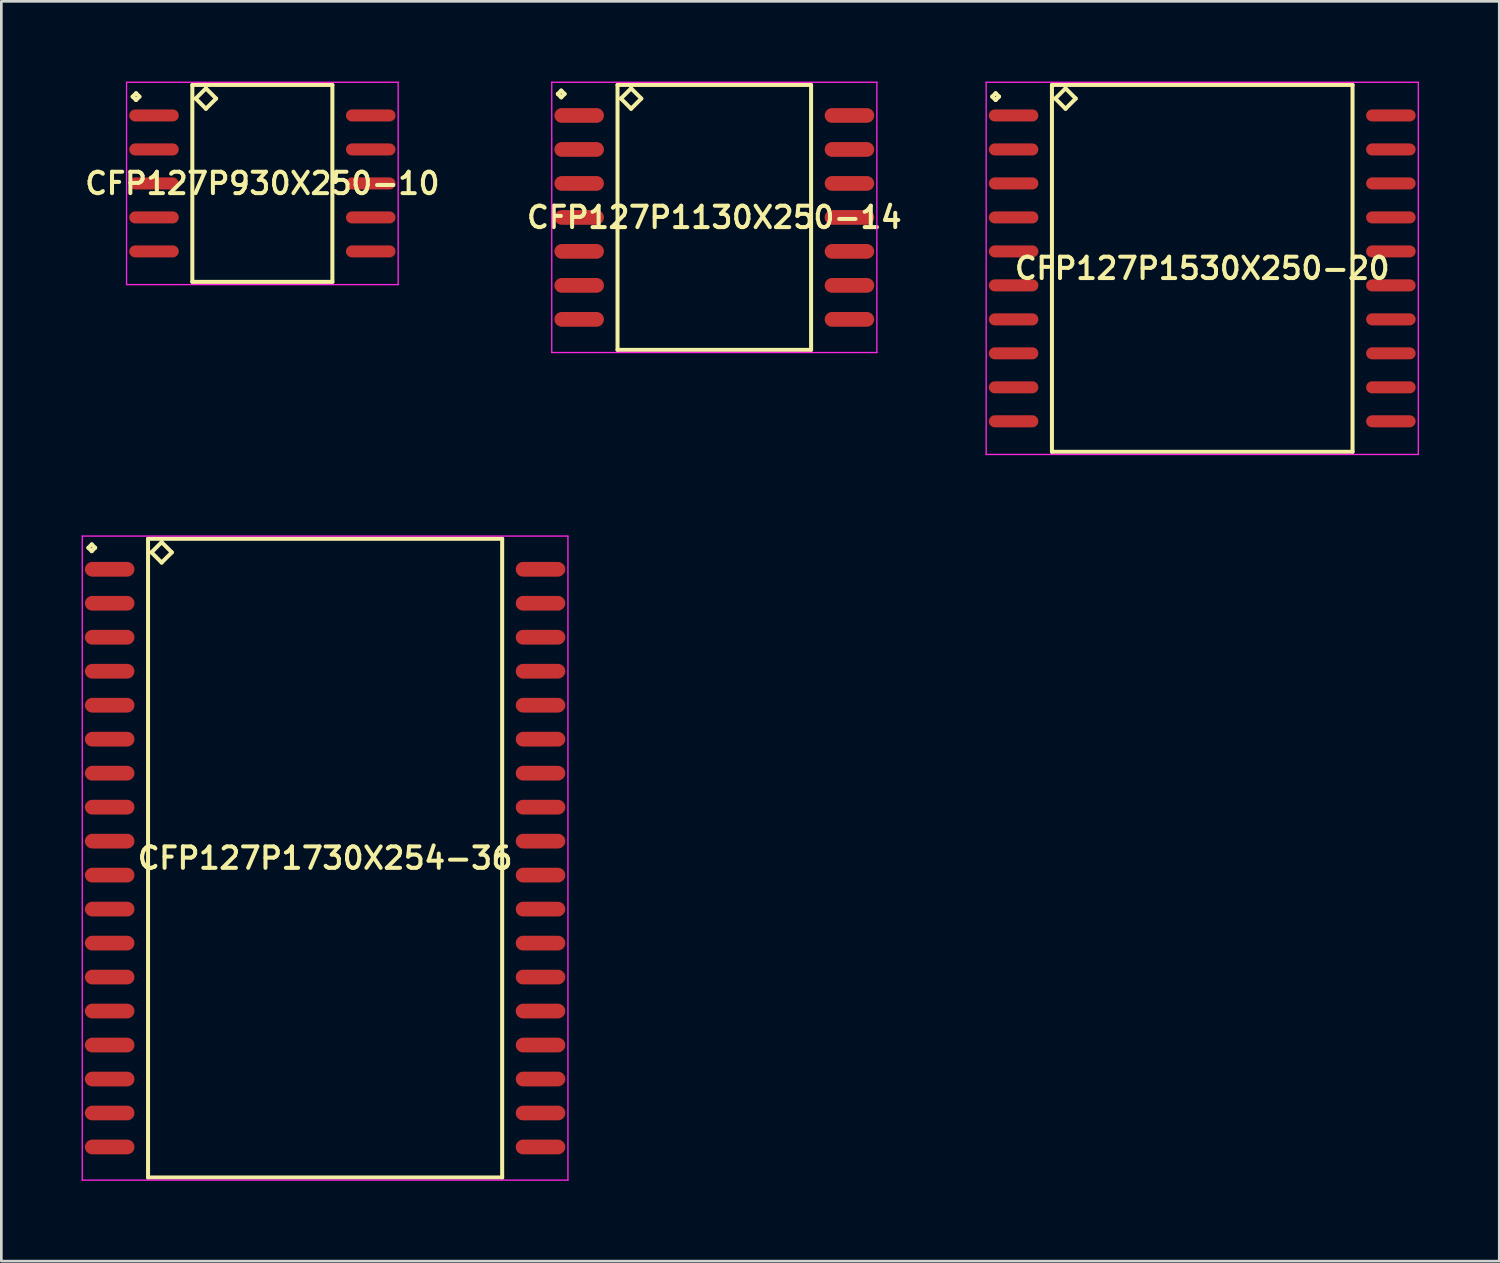
<source format=kicad_pcb>
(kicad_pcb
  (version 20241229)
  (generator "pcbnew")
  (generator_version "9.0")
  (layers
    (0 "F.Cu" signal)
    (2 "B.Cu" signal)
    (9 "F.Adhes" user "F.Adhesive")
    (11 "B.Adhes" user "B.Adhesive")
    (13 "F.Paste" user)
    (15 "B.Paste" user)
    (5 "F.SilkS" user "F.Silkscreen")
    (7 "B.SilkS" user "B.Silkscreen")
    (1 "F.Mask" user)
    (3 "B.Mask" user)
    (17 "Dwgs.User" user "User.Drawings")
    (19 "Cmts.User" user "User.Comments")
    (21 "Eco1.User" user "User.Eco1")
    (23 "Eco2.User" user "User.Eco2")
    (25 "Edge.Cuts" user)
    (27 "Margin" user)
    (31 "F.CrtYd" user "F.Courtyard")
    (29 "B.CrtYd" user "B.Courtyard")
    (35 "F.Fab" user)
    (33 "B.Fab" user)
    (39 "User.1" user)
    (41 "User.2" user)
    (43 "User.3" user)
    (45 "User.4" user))
  (footprint "CFP127P930X250-10"
    (layer "F.Cu")
    (at 6.755 3.805)
    (property "Reference" "CFP127P930X250-10" (at 0 0 0) (layer "F.SilkS") (effects (font (size 0.8 0.8) (thickness 0.15))))
    (attr smd)
    (fp_line (start -4.848 -3.244) (end -4.721 -3.371) (stroke (width 0.15) (type solid)) (layer "F.SilkS"))
    (fp_line (start -4.721 -3.371) (end -4.594 -3.244) (stroke (width 0.15) (type solid)) (layer "F.SilkS"))
    (fp_line (start -4.721 -3.117) (end -4.848 -3.244) (stroke (width 0.15) (type solid)) (layer "F.SilkS"))
    (fp_line (start -4.594 -3.244) (end -4.721 -3.117) (stroke (width 0.15) (type solid)) (layer "F.SilkS"))
    (fp_line (start -2.617 -3.68) (end -2.617 3.68) (stroke (width 0.15) (type solid)) (layer "F.SilkS"))
    (fp_line (start -2.617 3.68) (end 2.617 3.68) (stroke (width 0.15) (type solid)) (layer "F.SilkS"))
    (fp_line (start -2.49 -3.172) (end -2.109 -3.553) (stroke (width 0.15) (type solid)) (layer "F.SilkS"))
    (fp_line (start -2.109 -3.553) (end -1.728 -3.172) (stroke (width 0.15) (type solid)) (layer "F.SilkS"))
    (fp_line (start -2.109 -2.791) (end -2.49 -3.172) (stroke (width 0.15) (type solid)) (layer "F.SilkS"))
    (fp_line (start -1.728 -3.172) (end -2.109 -2.791) (stroke (width 0.15) (type solid)) (layer "F.SilkS"))
    (fp_line (start 2.617 -3.68) (end -2.617 -3.68) (stroke (width 0.15) (type solid)) (layer "F.SilkS"))
    (fp_line (start 2.617 3.68) (end 2.617 -3.68) (stroke (width 0.15) (type solid)) (layer "F.SilkS"))
    (fp_line (start -5.075 -3.78) (end 5.075 -3.78) (stroke (width 0.05) (type solid)) (layer "F.CrtYd"))
    (fp_line (start -5.075 3.78) (end -5.075 -3.78) (stroke (width 0.05) (type solid)) (layer "F.CrtYd"))
    (fp_line (start 5.075 -3.78) (end 5.075 3.78) (stroke (width 0.05) (type solid)) (layer "F.CrtYd"))
    (fp_line (start 5.075 3.78) (end -5.075 3.78) (stroke (width 0.05) (type solid)) (layer "F.CrtYd"))
    (pad "1" smd oval (at -4.05 -2.54) (size 1.85 0.45) (layers "F.Cu" "F.Mask" "F.Paste"))
    (pad "2" smd oval (at -4.05 -1.27) (size 1.85 0.45) (layers "F.Cu" "F.Mask" "F.Paste"))
    (pad "3" smd oval (at -4.05 0) (size 1.85 0.45) (layers "F.Cu" "F.Mask" "F.Paste"))
    (pad "4" smd oval (at -4.05 1.27) (size 1.85 0.45) (layers "F.Cu" "F.Mask" "F.Paste"))
    (pad "5" smd oval (at -4.05 2.54) (size 1.85 0.45) (layers "F.Cu" "F.Mask" "F.Paste"))
    (pad "6" smd oval (at 4.05 2.54) (size 1.85 0.45) (layers "F.Cu" "F.Mask" "F.Paste"))
    (pad "7" smd oval (at 4.05 1.27) (size 1.85 0.45) (layers "F.Cu" "F.Mask" "F.Paste"))
    (pad "8" smd oval (at 4.05 0) (size 1.85 0.45) (layers "F.Cu" "F.Mask" "F.Paste"))
    (pad "9" smd oval (at 4.05 -1.27) (size 1.85 0.45) (layers "F.Cu" "F.Mask" "F.Paste"))
    (pad "10" smd oval (at 4.05 -2.54) (size 1.85 0.45) (layers "F.Cu" "F.Mask" "F.Paste")))
  (footprint "CFP127P1530X250-20"
    (layer "F.Cu")
    (at 41.88 6.98)
    (property "Reference" "CFP127P1530X250-20" (at 0 0 0) (layer "F.SilkS") (effects (font (size 0.8 0.8) (thickness 0.15))))
    (attr smd)
    (fp_line (start -7.848 -6.419) (end -7.721 -6.546) (stroke (width 0.15) (type solid)) (layer "F.SilkS"))
    (fp_line (start -7.721 -6.546) (end -7.594 -6.419) (stroke (width 0.15) (type solid)) (layer "F.SilkS"))
    (fp_line (start -7.721 -6.292) (end -7.848 -6.419) (stroke (width 0.15) (type solid)) (layer "F.SilkS"))
    (fp_line (start -7.594 -6.419) (end -7.721 -6.292) (stroke (width 0.15) (type solid)) (layer "F.SilkS"))
    (fp_line (start -5.617 -6.855) (end -5.617 6.855) (stroke (width 0.15) (type solid)) (layer "F.SilkS"))
    (fp_line (start -5.617 6.855) (end 5.617 6.855) (stroke (width 0.15) (type solid)) (layer "F.SilkS"))
    (fp_line (start -5.49 -6.347) (end -5.109 -6.728) (stroke (width 0.15) (type solid)) (layer "F.SilkS"))
    (fp_line (start -5.109 -6.728) (end -4.728 -6.347) (stroke (width 0.15) (type solid)) (layer "F.SilkS"))
    (fp_line (start -5.109 -5.966) (end -5.49 -6.347) (stroke (width 0.15) (type solid)) (layer "F.SilkS"))
    (fp_line (start -4.728 -6.347) (end -5.109 -5.966) (stroke (width 0.15) (type solid)) (layer "F.SilkS"))
    (fp_line (start 5.617 -6.855) (end -5.617 -6.855) (stroke (width 0.15) (type solid)) (layer "F.SilkS"))
    (fp_line (start 5.617 6.855) (end 5.617 -6.855) (stroke (width 0.15) (type solid)) (layer "F.SilkS"))
    (fp_line (start -8.075 -6.955) (end 8.075 -6.955) (stroke (width 0.05) (type solid)) (layer "F.CrtYd"))
    (fp_line (start -8.075 6.955) (end -8.075 -6.955) (stroke (width 0.05) (type solid)) (layer "F.CrtYd"))
    (fp_line (start 8.075 -6.955) (end 8.075 6.955) (stroke (width 0.05) (type solid)) (layer "F.CrtYd"))
    (fp_line (start 8.075 6.955) (end -8.075 6.955) (stroke (width 0.05) (type solid)) (layer "F.CrtYd"))
    (pad "1" smd oval (at -7.05 -5.715) (size 1.85 0.45) (layers "F.Cu" "F.Mask" "F.Paste"))
    (pad "2" smd oval (at -7.05 -4.445) (size 1.85 0.45) (layers "F.Cu" "F.Mask" "F.Paste"))
    (pad "3" smd oval (at -7.05 -3.175) (size 1.85 0.45) (layers "F.Cu" "F.Mask" "F.Paste"))
    (pad "4" smd oval (at -7.05 -1.905) (size 1.85 0.45) (layers "F.Cu" "F.Mask" "F.Paste"))
    (pad "5" smd oval (at -7.05 -0.635) (size 1.85 0.45) (layers "F.Cu" "F.Mask" "F.Paste"))
    (pad "6" smd oval (at -7.05 0.635) (size 1.85 0.45) (layers "F.Cu" "F.Mask" "F.Paste"))
    (pad "7" smd oval (at -7.05 1.905) (size 1.85 0.45) (layers "F.Cu" "F.Mask" "F.Paste"))
    (pad "8" smd oval (at -7.05 3.175) (size 1.85 0.45) (layers "F.Cu" "F.Mask" "F.Paste"))
    (pad "9" smd oval (at -7.05 4.445) (size 1.85 0.45) (layers "F.Cu" "F.Mask" "F.Paste"))
    (pad "10" smd oval (at -7.05 5.715) (size 1.85 0.45) (layers "F.Cu" "F.Mask" "F.Paste"))
    (pad "11" smd oval (at 7.05 5.715) (size 1.85 0.45) (layers "F.Cu" "F.Mask" "F.Paste"))
    (pad "12" smd oval (at 7.05 4.445) (size 1.85 0.45) (layers "F.Cu" "F.Mask" "F.Paste"))
    (pad "13" smd oval (at 7.05 3.175) (size 1.85 0.45) (layers "F.Cu" "F.Mask" "F.Paste"))
    (pad "14" smd oval (at 7.05 1.905) (size 1.85 0.45) (layers "F.Cu" "F.Mask" "F.Paste"))
    (pad "15" smd oval (at 7.05 0.635) (size 1.85 0.45) (layers "F.Cu" "F.Mask" "F.Paste"))
    (pad "16" smd oval (at 7.05 -0.635) (size 1.85 0.45) (layers "F.Cu" "F.Mask" "F.Paste"))
    (pad "17" smd oval (at 7.05 -1.905) (size 1.85 0.45) (layers "F.Cu" "F.Mask" "F.Paste"))
    (pad "18" smd oval (at 7.05 -3.175) (size 1.85 0.45) (layers "F.Cu" "F.Mask" "F.Paste"))
    (pad "19" smd oval (at 7.05 -4.445) (size 1.85 0.45) (layers "F.Cu" "F.Mask" "F.Paste"))
    (pad "20" smd oval (at 7.05 -5.715) (size 1.85 0.45) (layers "F.Cu" "F.Mask" "F.Paste")))
  (footprint "CFP127P1730X254-36"
    (layer "F.Cu")
    (at 9.1 29.02)
    (property "Reference" "CFP127P1730X254-36" (at 0 0 0) (layer "F.SilkS") (effects (font (size 0.8 0.8) (thickness 0.15))))
    (attr smd)
    (fp_line (start -8.848 -11.599) (end -8.721 -11.726) (stroke (width 0.15) (type solid)) (layer "F.SilkS"))
    (fp_line (start -8.721 -11.726) (end -8.594 -11.599) (stroke (width 0.15) (type solid)) (layer "F.SilkS"))
    (fp_line (start -8.721 -11.472) (end -8.848 -11.599) (stroke (width 0.15) (type solid)) (layer "F.SilkS"))
    (fp_line (start -8.594 -11.599) (end -8.721 -11.472) (stroke (width 0.15) (type solid)) (layer "F.SilkS"))
    (fp_line (start -6.617 -11.935) (end -6.617 11.935) (stroke (width 0.15) (type solid)) (layer "F.SilkS"))
    (fp_line (start -6.617 11.935) (end 6.617 11.935) (stroke (width 0.15) (type solid)) (layer "F.SilkS"))
    (fp_line (start -6.49 -11.427) (end -6.109 -11.808) (stroke (width 0.15) (type solid)) (layer "F.SilkS"))
    (fp_line (start -6.109 -11.808) (end -5.728 -11.427) (stroke (width 0.15) (type solid)) (layer "F.SilkS"))
    (fp_line (start -6.109 -11.046) (end -6.49 -11.427) (stroke (width 0.15) (type solid)) (layer "F.SilkS"))
    (fp_line (start -5.728 -11.427) (end -6.109 -11.046) (stroke (width 0.15) (type solid)) (layer "F.SilkS"))
    (fp_line (start 6.617 -11.935) (end -6.617 -11.935) (stroke (width 0.15) (type solid)) (layer "F.SilkS"))
    (fp_line (start 6.617 11.935) (end 6.617 -11.935) (stroke (width 0.15) (type solid)) (layer "F.SilkS"))
    (fp_line (start -9.075 -12.035) (end 9.075 -12.035) (stroke (width 0.05) (type solid)) (layer "F.CrtYd"))
    (fp_line (start -9.075 12.035) (end -9.075 -12.035) (stroke (width 0.05) (type solid)) (layer "F.CrtYd"))
    (fp_line (start 9.075 -12.035) (end 9.075 12.035) (stroke (width 0.05) (type solid)) (layer "F.CrtYd"))
    (fp_line (start 9.075 12.035) (end -9.075 12.035) (stroke (width 0.05) (type solid)) (layer "F.CrtYd"))
    (pad "1" smd oval (at -8.05 -10.795) (size 1.85 0.55) (layers "F.Cu" "F.Mask" "F.Paste"))
    (pad "2" smd oval (at -8.05 -9.525) (size 1.85 0.55) (layers "F.Cu" "F.Mask" "F.Paste"))
    (pad "3" smd oval (at -8.05 -8.255) (size 1.85 0.55) (layers "F.Cu" "F.Mask" "F.Paste"))
    (pad "4" smd oval (at -8.05 -6.985) (size 1.85 0.55) (layers "F.Cu" "F.Mask" "F.Paste"))
    (pad "5" smd oval (at -8.05 -5.715) (size 1.85 0.55) (layers "F.Cu" "F.Mask" "F.Paste"))
    (pad "6" smd oval (at -8.05 -4.445) (size 1.85 0.55) (layers "F.Cu" "F.Mask" "F.Paste"))
    (pad "7" smd oval (at -8.05 -3.175) (size 1.85 0.55) (layers "F.Cu" "F.Mask" "F.Paste"))
    (pad "8" smd oval (at -8.05 -1.905) (size 1.85 0.55) (layers "F.Cu" "F.Mask" "F.Paste"))
    (pad "9" smd oval (at -8.05 -0.635) (size 1.85 0.55) (layers "F.Cu" "F.Mask" "F.Paste"))
    (pad "10" smd oval (at -8.05 0.635) (size 1.85 0.55) (layers "F.Cu" "F.Mask" "F.Paste"))
    (pad "11" smd oval (at -8.05 1.905) (size 1.85 0.55) (layers "F.Cu" "F.Mask" "F.Paste"))
    (pad "12" smd oval (at -8.05 3.175) (size 1.85 0.55) (layers "F.Cu" "F.Mask" "F.Paste"))
    (pad "13" smd oval (at -8.05 4.445) (size 1.85 0.55) (layers "F.Cu" "F.Mask" "F.Paste"))
    (pad "14" smd oval (at -8.05 5.715) (size 1.85 0.55) (layers "F.Cu" "F.Mask" "F.Paste"))
    (pad "15" smd oval (at -8.05 6.985) (size 1.85 0.55) (layers "F.Cu" "F.Mask" "F.Paste"))
    (pad "16" smd oval (at -8.05 8.255) (size 1.85 0.55) (layers "F.Cu" "F.Mask" "F.Paste"))
    (pad "17" smd oval (at -8.05 9.525) (size 1.85 0.55) (layers "F.Cu" "F.Mask" "F.Paste"))
    (pad "18" smd oval (at -8.05 10.795) (size 1.85 0.55) (layers "F.Cu" "F.Mask" "F.Paste"))
    (pad "19" smd oval (at 8.05 10.795) (size 1.85 0.55) (layers "F.Cu" "F.Mask" "F.Paste"))
    (pad "20" smd oval (at 8.05 9.525) (size 1.85 0.55) (layers "F.Cu" "F.Mask" "F.Paste"))
    (pad "21" smd oval (at 8.05 8.255) (size 1.85 0.55) (layers "F.Cu" "F.Mask" "F.Paste"))
    (pad "22" smd oval (at 8.05 6.985) (size 1.85 0.55) (layers "F.Cu" "F.Mask" "F.Paste"))
    (pad "23" smd oval (at 8.05 5.715) (size 1.85 0.55) (layers "F.Cu" "F.Mask" "F.Paste"))
    (pad "24" smd oval (at 8.05 4.445) (size 1.85 0.55) (layers "F.Cu" "F.Mask" "F.Paste"))
    (pad "25" smd oval (at 8.05 3.175) (size 1.85 0.55) (layers "F.Cu" "F.Mask" "F.Paste"))
    (pad "26" smd oval (at 8.05 1.905) (size 1.85 0.55) (layers "F.Cu" "F.Mask" "F.Paste"))
    (pad "27" smd oval (at 8.05 0.635) (size 1.85 0.55) (layers "F.Cu" "F.Mask" "F.Paste"))
    (pad "28" smd oval (at 8.05 -0.635) (size 1.85 0.55) (layers "F.Cu" "F.Mask" "F.Paste"))
    (pad "29" smd oval (at 8.05 -1.905) (size 1.85 0.55) (layers "F.Cu" "F.Mask" "F.Paste"))
    (pad "30" smd oval (at 8.05 -3.175) (size 1.85 0.55) (layers "F.Cu" "F.Mask" "F.Paste"))
    (pad "31" smd oval (at 8.05 -4.445) (size 1.85 0.55) (layers "F.Cu" "F.Mask" "F.Paste"))
    (pad "32" smd oval (at 8.05 -5.715) (size 1.85 0.55) (layers "F.Cu" "F.Mask" "F.Paste"))
    (pad "33" smd oval (at 8.05 -6.985) (size 1.85 0.55) (layers "F.Cu" "F.Mask" "F.Paste"))
    (pad "34" smd oval (at 8.05 -8.255) (size 1.85 0.55) (layers "F.Cu" "F.Mask" "F.Paste"))
    (pad "35" smd oval (at 8.05 -9.525) (size 1.85 0.55) (layers "F.Cu" "F.Mask" "F.Paste"))
    (pad "36" smd oval (at 8.05 -10.795) (size 1.85 0.55) (layers "F.Cu" "F.Mask" "F.Paste")))
  (footprint "CFP127P1130X250-14"
    (layer "F.Cu")
    (at 23.645 5.075)
    (property "Reference" "CFP127P1130X250-14" (at 0 0 0) (layer "F.SilkS") (effects (font (size 0.8 0.8) (thickness 0.15))))
    (attr smd)
    (fp_line (start -5.848 -4.614) (end -5.721 -4.741) (stroke (width 0.15) (type solid)) (layer "F.SilkS"))
    (fp_line (start -5.721 -4.741) (end -5.594 -4.614) (stroke (width 0.15) (type solid)) (layer "F.SilkS"))
    (fp_line (start -5.721 -4.487) (end -5.848 -4.614) (stroke (width 0.15) (type solid)) (layer "F.SilkS"))
    (fp_line (start -5.594 -4.614) (end -5.721 -4.487) (stroke (width 0.15) (type solid)) (layer "F.SilkS"))
    (fp_line (start -3.617 -4.95) (end -3.617 4.95) (stroke (width 0.15) (type solid)) (layer "F.SilkS"))
    (fp_line (start -3.617 4.95) (end 3.617 4.95) (stroke (width 0.15) (type solid)) (layer "F.SilkS"))
    (fp_line (start -3.49 -4.442) (end -3.109 -4.823) (stroke (width 0.15) (type solid)) (layer "F.SilkS"))
    (fp_line (start -3.109 -4.823) (end -2.728 -4.442) (stroke (width 0.15) (type solid)) (layer "F.SilkS"))
    (fp_line (start -3.109 -4.061) (end -3.49 -4.442) (stroke (width 0.15) (type solid)) (layer "F.SilkS"))
    (fp_line (start -2.728 -4.442) (end -3.109 -4.061) (stroke (width 0.15) (type solid)) (layer "F.SilkS"))
    (fp_line (start 3.617 -4.95) (end -3.617 -4.95) (stroke (width 0.15) (type solid)) (layer "F.SilkS"))
    (fp_line (start 3.617 4.95) (end 3.617 -4.95) (stroke (width 0.15) (type solid)) (layer "F.SilkS"))
    (fp_line (start -6.075 -5.05) (end 6.075 -5.05) (stroke (width 0.05) (type solid)) (layer "F.CrtYd"))
    (fp_line (start -6.075 5.05) (end -6.075 -5.05) (stroke (width 0.05) (type solid)) (layer "F.CrtYd"))
    (fp_line (start 6.075 -5.05) (end 6.075 5.05) (stroke (width 0.05) (type solid)) (layer "F.CrtYd"))
    (fp_line (start 6.075 5.05) (end -6.075 5.05) (stroke (width 0.05) (type solid)) (layer "F.CrtYd"))
    (pad "1" smd oval (at -5.05 -3.81) (size 1.85 0.55) (layers "F.Cu" "F.Mask" "F.Paste"))
    (pad "2" smd oval (at -5.05 -2.54) (size 1.85 0.55) (layers "F.Cu" "F.Mask" "F.Paste"))
    (pad "3" smd oval (at -5.05 -1.27) (size 1.85 0.55) (layers "F.Cu" "F.Mask" "F.Paste"))
    (pad "4" smd oval (at -5.05 0) (size 1.85 0.55) (layers "F.Cu" "F.Mask" "F.Paste"))
    (pad "5" smd oval (at -5.05 1.27) (size 1.85 0.55) (layers "F.Cu" "F.Mask" "F.Paste"))
    (pad "6" smd oval (at -5.05 2.54) (size 1.85 0.55) (layers "F.Cu" "F.Mask" "F.Paste"))
    (pad "7" smd oval (at -5.05 3.81) (size 1.85 0.55) (layers "F.Cu" "F.Mask" "F.Paste"))
    (pad "8" smd oval (at 5.05 3.81) (size 1.85 0.55) (layers "F.Cu" "F.Mask" "F.Paste"))
    (pad "9" smd oval (at 5.05 2.54) (size 1.85 0.55) (layers "F.Cu" "F.Mask" "F.Paste"))
    (pad "10" smd oval (at 5.05 1.27) (size 1.85 0.55) (layers "F.Cu" "F.Mask" "F.Paste"))
    (pad "11" smd oval (at 5.05 0) (size 1.85 0.55) (layers "F.Cu" "F.Mask" "F.Paste"))
    (pad "12" smd oval (at 5.05 -1.27) (size 1.85 0.55) (layers "F.Cu" "F.Mask" "F.Paste"))
    (pad "13" smd oval (at 5.05 -2.54) (size 1.85 0.55) (layers "F.Cu" "F.Mask" "F.Paste"))
    (pad "14" smd oval (at 5.05 -3.81) (size 1.85 0.55) (layers "F.Cu" "F.Mask" "F.Paste")))
  (gr_rect
    (start -3 -3)
    (end 52.98 44.08)
    (stroke (width 0.1) (type default))
    (fill no)
    (layer "Edge.Cuts")))
</source>
